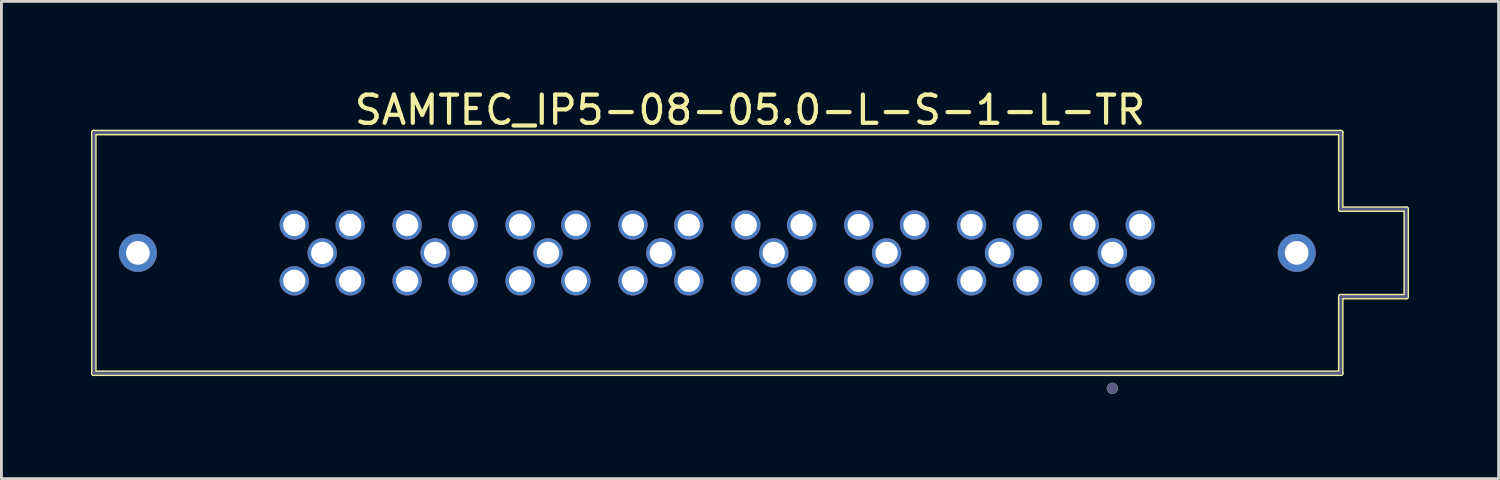
<source format=kicad_pcb>
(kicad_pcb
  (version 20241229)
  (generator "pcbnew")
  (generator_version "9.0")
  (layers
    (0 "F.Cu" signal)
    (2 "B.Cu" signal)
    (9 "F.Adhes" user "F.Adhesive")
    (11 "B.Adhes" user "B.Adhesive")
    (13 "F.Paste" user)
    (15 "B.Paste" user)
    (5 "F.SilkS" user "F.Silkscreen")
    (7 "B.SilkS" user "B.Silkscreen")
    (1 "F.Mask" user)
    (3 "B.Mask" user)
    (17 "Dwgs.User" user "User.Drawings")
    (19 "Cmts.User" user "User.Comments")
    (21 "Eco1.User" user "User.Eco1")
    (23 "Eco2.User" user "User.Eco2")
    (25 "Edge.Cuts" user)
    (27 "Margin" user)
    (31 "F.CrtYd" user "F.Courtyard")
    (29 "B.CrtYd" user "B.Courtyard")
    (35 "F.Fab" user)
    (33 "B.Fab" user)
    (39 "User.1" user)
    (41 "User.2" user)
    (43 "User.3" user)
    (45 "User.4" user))
  (footprint "SAMTEC_IP5-08-05.0-L-S-1-L-TR"
    (layer "F.Cu")
    (at 22.372 5.913)
    (property "Reference" "SAMTEC_IP5-08-05.0-L-S-1-L-TR" (at 1.16 -5.065 0) (layer "F.SilkS") (effects (font (size 1 1) (thickness 0.15))))
    (fp_line (start -22.096 -4.265) (end 22.096 -4.265) (stroke (width 0.2) (type solid)) (layer "F.SilkS"))
    (fp_line (start -22.096 4.265) (end -22.096 -4.265) (stroke (width 0.2) (type solid)) (layer "F.SilkS"))
    (fp_line (start -22.096 4.265) (end 22.096 4.265) (stroke (width 0.2) (type solid)) (layer "F.SilkS"))
    (fp_line (start 22.096 -1.55) (end 22.096 -4.265) (stroke (width 0.2) (type solid)) (layer "F.SilkS"))
    (fp_line (start 22.096 -1.55) (end 24.416 -1.55) (stroke (width 0.2) (type solid)) (layer "F.SilkS"))
    (fp_line (start 22.096 1.55) (end 24.416 1.55) (stroke (width 0.2) (type solid)) (layer "F.SilkS"))
    (fp_line (start 22.096 4.265) (end 22.096 1.55) (stroke (width 0.2) (type solid)) (layer "F.SilkS"))
    (fp_line (start 24.416 1.55) (end 24.416 -1.55) (stroke (width 0.2) (type solid)) (layer "F.SilkS"))
    (fp_circle (center 14.002 4.8) (end 14.002 4.7) (stroke (width 0.2) (type solid)) (fill no) (layer "F.SilkS"))
    (fp_circle (center -20.535 0) (end -20.535 -0.545) (stroke (width 1.09) (type solid)) (fill no) (layer "F.Paste"))
    (fp_circle (center 20.535 0) (end 20.535 -0.545) (stroke (width 1.09) (type solid)) (fill no) (layer "F.Paste"))
    (fp_circle (center -20.535 0) (end -20.535 -0.545) (stroke (width 1.09) (type solid)) (fill no) (layer "B.Paste"))
    (fp_circle (center 20.535 0) (end 20.535 -0.545) (stroke (width 1.09) (type solid)) (fill no) (layer "B.Paste"))
    (fp_line (start -22.346 -4.515) (end 22.346 -4.515) (stroke (width 0.05) (type solid)) (layer "Eco2.User"))
    (fp_line (start -22.346 4.515) (end -22.346 -4.515) (stroke (width 0.05) (type solid)) (layer "Eco2.User"))
    (fp_line (start -22.346 4.515) (end 22.346 4.515) (stroke (width 0.05) (type solid)) (layer "Eco2.User"))
    (fp_line (start 22.346 -1.8) (end 22.346 -4.515) (stroke (width 0.05) (type solid)) (layer "Eco2.User"))
    (fp_line (start 22.346 -1.8) (end 24.666 -1.8) (stroke (width 0.05) (type solid)) (layer "Eco2.User"))
    (fp_line (start 22.346 1.8) (end 24.666 1.8) (stroke (width 0.05) (type solid)) (layer "Eco2.User"))
    (fp_line (start 22.346 4.515) (end 22.346 1.8) (stroke (width 0.05) (type solid)) (layer "Eco2.User"))
    (fp_line (start 24.666 1.8) (end 24.666 -1.8) (stroke (width 0.05) (type solid)) (layer "Eco2.User"))
    (fp_line (start -22.096 -4.265) (end 22.096 -4.265) (stroke (width 0.1) (type solid)) (layer "B.Fab"))
    (fp_line (start -22.096 4.265) (end -22.096 -4.265) (stroke (width 0.1) (type solid)) (layer "B.Fab"))
    (fp_line (start -22.096 4.265) (end 22.096 4.265) (stroke (width 0.1) (type solid)) (layer "B.Fab"))
    (fp_line (start 22.096 -1.55) (end 22.096 -4.265) (stroke (width 0.1) (type solid)) (layer "B.Fab"))
    (fp_line (start 22.096 -1.55) (end 24.416 -1.55) (stroke (width 0.1) (type solid)) (layer "B.Fab"))
    (fp_line (start 22.096 1.55) (end 24.416 1.55) (stroke (width 0.1) (type solid)) (layer "B.Fab"))
    (fp_line (start 22.096 4.265) (end 22.096 1.55) (stroke (width 0.1) (type solid)) (layer "B.Fab"))
    (fp_line (start 24.416 1.55) (end 24.416 -1.55) (stroke (width 0.1) (type solid)) (layer "B.Fab"))
    (fp_circle (center 14.002 4.8) (end 14.002 4.7) (stroke (width 0.2) (type solid)) (fill no) (layer "B.Fab"))
    (pad "1" thru_hole circle (at 14.002 0) (size 1.04 1.04) (drill 0.79) (layers "*.Cu" "*.Mask"))
    (pad "2" thru_hole circle (at 10.002 0) (size 1.04 1.04) (drill 0.79) (layers "*.Cu" "*.Mask"))
    (pad "3" thru_hole circle (at 6 0) (size 1.04 1.04) (drill 0.79) (layers "*.Cu" "*.Mask"))
    (pad "4" thru_hole circle (at 2.001 0) (size 1.04 1.04) (drill 0.79) (layers "*.Cu" "*.Mask"))
    (pad "5" thru_hole circle (at -2.001 0) (size 1.04 1.04) (drill 0.79) (layers "*.Cu" "*.Mask"))
    (pad "6" thru_hole circle (at -6 0) (size 1.04 1.04) (drill 0.79) (layers "*.Cu" "*.Mask"))
    (pad "7" thru_hole circle (at -10.002 0) (size 1.04 1.04) (drill 0.79) (layers "*.Cu" "*.Mask"))
    (pad "8" thru_hole circle (at -14.002 0) (size 1.04 1.04) (drill 0.79) (layers "*.Cu" "*.Mask"))
    (pad "S1_1" thru_hole circle (at 13.011 -0.99) (size 1.04 1.04) (drill 0.79) (layers "*.Cu" "*.Mask"))
    (pad "S1_2" thru_hole circle (at 9.011 -0.99) (size 1.04 1.04) (drill 0.79) (layers "*.Cu" "*.Mask"))
    (pad "S1_3" thru_hole circle (at 5.011 -0.99) (size 1.04 1.04) (drill 0.79) (layers "*.Cu" "*.Mask"))
    (pad "S1_4" thru_hole circle (at 1.01 -0.99) (size 1.04 1.04) (drill 0.79) (layers "*.Cu" "*.Mask"))
    (pad "S1_5" thru_hole circle (at -2.99 -0.99) (size 1.04 1.04) (drill 0.79) (layers "*.Cu" "*.Mask"))
    (pad "S1_6" thru_hole circle (at -6.99 -0.99) (size 1.04 1.04) (drill 0.79) (layers "*.Cu" "*.Mask"))
    (pad "S1_7" thru_hole circle (at -10.992 -0.99) (size 1.04 1.04) (drill 0.79) (layers "*.Cu" "*.Mask"))
    (pad "S1_8" thru_hole circle (at -14.992 -0.99) (size 1.04 1.04) (drill 0.79) (layers "*.Cu" "*.Mask"))
    (pad "S2_1" thru_hole circle (at 13.011 0.99) (size 1.04 1.04) (drill 0.79) (layers "*.Cu" "*.Mask"))
    (pad "S2_2" thru_hole circle (at 9.011 0.99) (size 1.04 1.04) (drill 0.79) (layers "*.Cu" "*.Mask"))
    (pad "S2_3" thru_hole circle (at 5.011 0.99) (size 1.04 1.04) (drill 0.79) (layers "*.Cu" "*.Mask"))
    (pad "S2_4" thru_hole circle (at 1.01 0.99) (size 1.04 1.04) (drill 0.79) (layers "*.Cu" "*.Mask"))
    (pad "S2_5" thru_hole circle (at -2.99 0.99) (size 1.04 1.04) (drill 0.79) (layers "*.Cu" "*.Mask"))
    (pad "S2_6" thru_hole circle (at -6.99 0.99) (size 1.04 1.04) (drill 0.79) (layers "*.Cu" "*.Mask"))
    (pad "S2_7" thru_hole circle (at -10.992 0.99) (size 1.04 1.04) (drill 0.79) (layers "*.Cu" "*.Mask"))
    (pad "S2_8" thru_hole circle (at -14.992 0.99) (size 1.04 1.04) (drill 0.79) (layers "*.Cu" "*.Mask"))
    (pad "S3_1" thru_hole circle (at 14.992 0.99) (size 1.04 1.04) (drill 0.79) (layers "*.Cu" "*.Mask"))
    (pad "S3_2" thru_hole circle (at 10.992 0.99) (size 1.04 1.04) (drill 0.79) (layers "*.Cu" "*.Mask"))
    (pad "S3_3" thru_hole circle (at 6.99 0.99) (size 1.04 1.04) (drill 0.79) (layers "*.Cu" "*.Mask"))
    (pad "S3_4" thru_hole circle (at 2.99 0.99) (size 1.04 1.04) (drill 0.79) (layers "*.Cu" "*.Mask"))
    (pad "S3_5" thru_hole circle (at -1.01 0.99) (size 1.04 1.04) (drill 0.79) (layers "*.Cu" "*.Mask"))
    (pad "S3_6" thru_hole circle (at -5.011 0.99) (size 1.04 1.04) (drill 0.79) (layers "*.Cu" "*.Mask"))
    (pad "S3_7" thru_hole circle (at -9.011 0.99) (size 1.04 1.04) (drill 0.79) (layers "*.Cu" "*.Mask"))
    (pad "S3_8" thru_hole circle (at -13.011 0.99) (size 1.04 1.04) (drill 0.79) (layers "*.Cu" "*.Mask"))
    (pad "S4_1" thru_hole circle (at 14.992 -0.99) (size 1.04 1.04) (drill 0.79) (layers "*.Cu" "*.Mask"))
    (pad "S4_2" thru_hole circle (at 10.992 -0.99) (size 1.04 1.04) (drill 0.79) (layers "*.Cu" "*.Mask"))
    (pad "S4_3" thru_hole circle (at 6.99 -0.99) (size 1.04 1.04) (drill 0.79) (layers "*.Cu" "*.Mask"))
    (pad "S4_4" thru_hole circle (at 2.99 -0.99) (size 1.04 1.04) (drill 0.79) (layers "*.Cu" "*.Mask"))
    (pad "S4_5" thru_hole circle (at -1.01 -0.99) (size 1.04 1.04) (drill 0.79) (layers "*.Cu" "*.Mask"))
    (pad "S4_6" thru_hole circle (at -5.011 -0.99) (size 1.04 1.04) (drill 0.79) (layers "*.Cu" "*.Mask"))
    (pad "S4_7" thru_hole circle (at -9.011 -0.99) (size 1.04 1.04) (drill 0.79) (layers "*.Cu" "*.Mask"))
    (pad "S4_8" thru_hole circle (at -13.011 -0.99) (size 1.04 1.04) (drill 0.79) (layers "*.Cu" "*.Mask"))
    (pad "S5" thru_hole circle (at -20.535 0) (size 1.348 1.348) (drill 0.84) (layers "*.Cu" "*.Mask"))
    (pad "S6" thru_hole circle (at 20.535 0) (size 1.348 1.348) (drill 0.84) (layers "*.Cu" "*.Mask")))
  (gr_rect
    (start -3 -3)
    (end 50.063 13.913)
    (stroke (width 0.1) (type default))
    (fill no)
    (layer "Edge.Cuts")))
</source>
